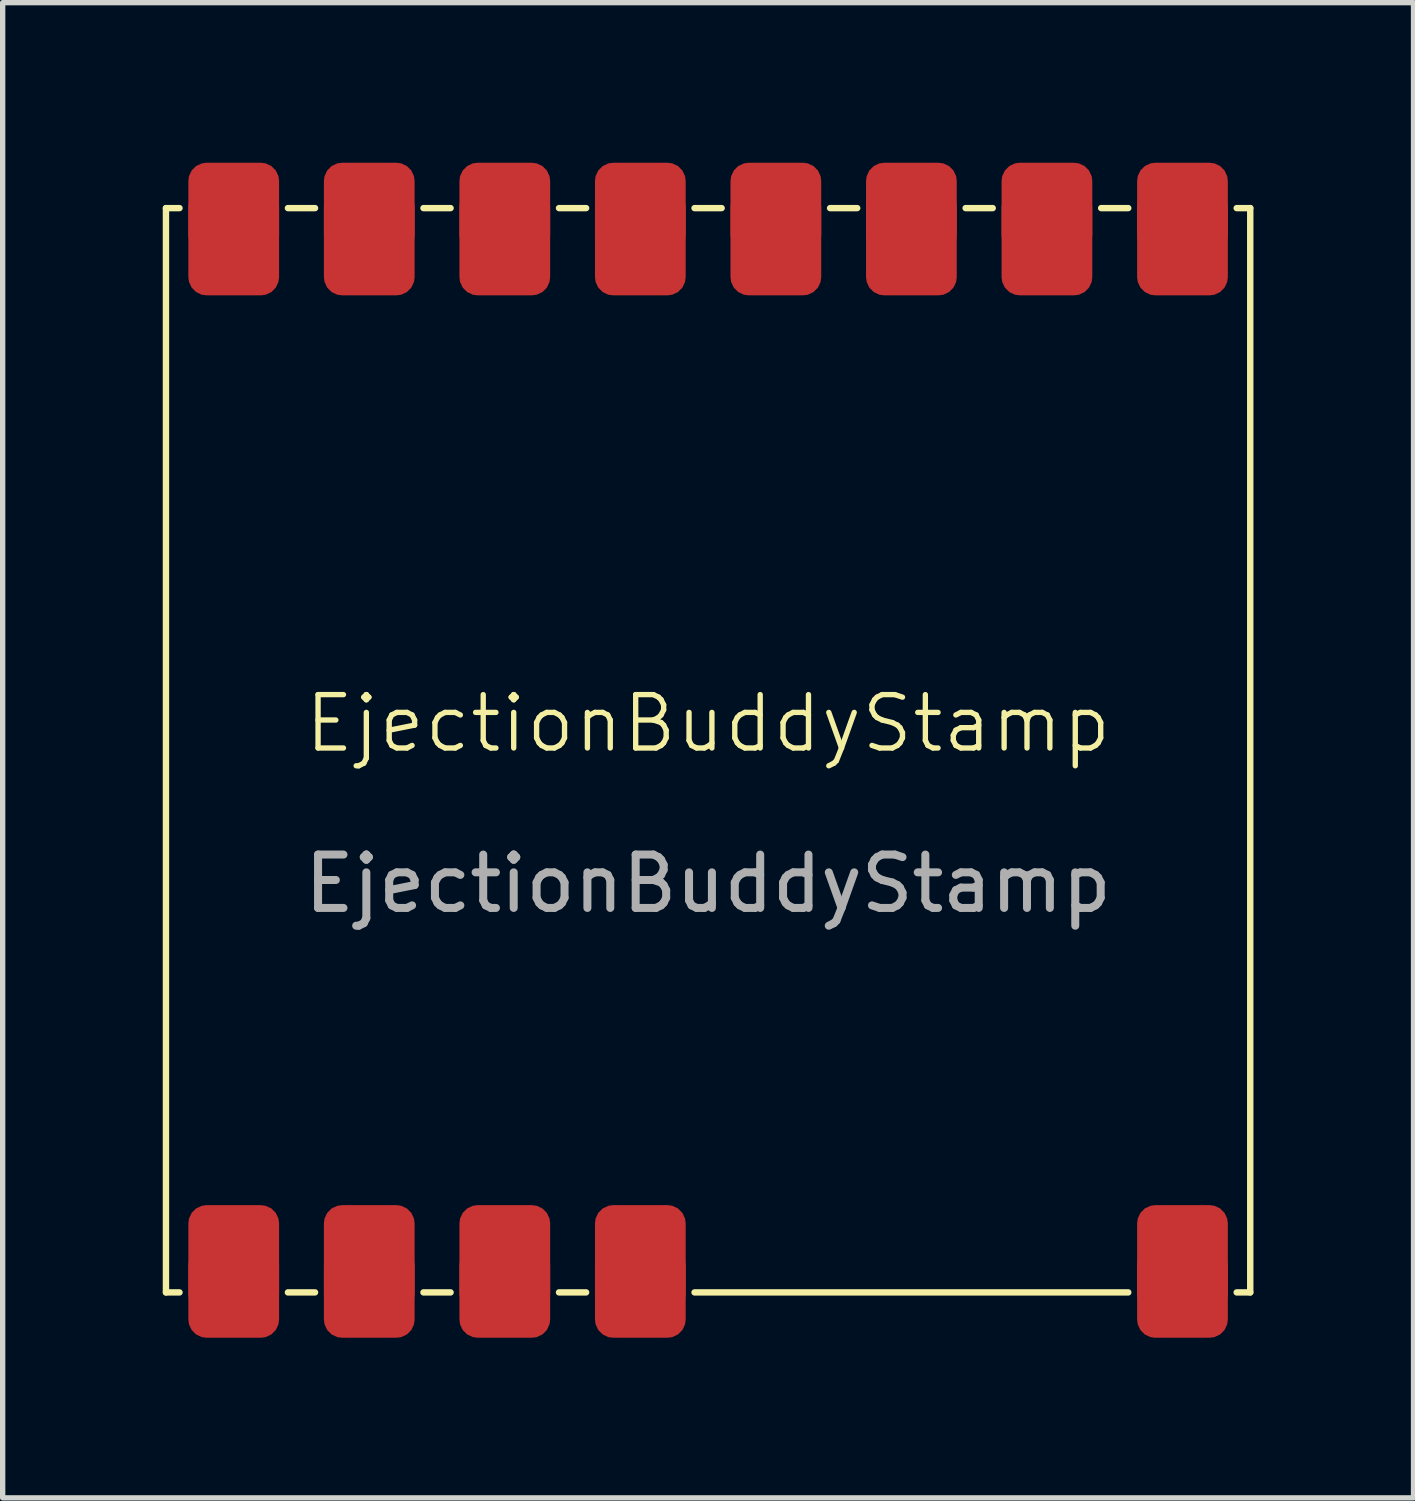
<source format=kicad_pcb>
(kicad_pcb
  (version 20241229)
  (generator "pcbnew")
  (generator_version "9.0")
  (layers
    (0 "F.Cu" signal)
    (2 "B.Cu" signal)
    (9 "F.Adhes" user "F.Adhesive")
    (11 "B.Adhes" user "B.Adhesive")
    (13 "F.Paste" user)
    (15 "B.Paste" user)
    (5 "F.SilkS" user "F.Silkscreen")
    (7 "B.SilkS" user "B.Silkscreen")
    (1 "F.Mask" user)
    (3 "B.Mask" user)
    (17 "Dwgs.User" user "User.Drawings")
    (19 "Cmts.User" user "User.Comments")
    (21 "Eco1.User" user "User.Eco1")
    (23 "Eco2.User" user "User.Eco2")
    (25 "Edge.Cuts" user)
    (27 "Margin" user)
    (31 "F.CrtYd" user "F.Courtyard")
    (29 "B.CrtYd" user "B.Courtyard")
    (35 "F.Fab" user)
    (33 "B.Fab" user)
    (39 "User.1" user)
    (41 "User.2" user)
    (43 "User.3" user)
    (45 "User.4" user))
  (footprint "EjectionBuddyStamp"
    (layer "F.Cu")
    (at 10.22 11.01)
    (property "Reference" "EjectionBuddyStamp" (at 0 -0.5 0) (unlocked yes) (layer "F.SilkS") (effects (font (size 1 1) (thickness 0.1))))
    (attr smd)
    (fp_line (start -10.16 -10.16) (end -10.16 10.16) (stroke (width 0.12) (type solid)) (layer "F.SilkS"))
    (fp_line (start -10.16 -10.16) (end -9.906 -10.16) (stroke (width 0.12) (type solid)) (layer "F.SilkS"))
    (fp_line (start -10.16 10.16) (end -9.906 10.16) (stroke (width 0.12) (type solid)) (layer "F.SilkS"))
    (fp_line (start -7.874 -10.16) (end -7.366 -10.16) (stroke (width 0.12) (type solid)) (layer "F.SilkS"))
    (fp_line (start -7.874 10.16) (end -7.366 10.16) (stroke (width 0.12) (type solid)) (layer "F.SilkS"))
    (fp_line (start -5.334 -10.16) (end -4.826 -10.16) (stroke (width 0.12) (type solid)) (layer "F.SilkS"))
    (fp_line (start -5.334 10.16) (end -4.826 10.16) (stroke (width 0.12) (type solid)) (layer "F.SilkS"))
    (fp_line (start -2.794 -10.16) (end -2.286 -10.16) (stroke (width 0.12) (type solid)) (layer "F.SilkS"))
    (fp_line (start -2.794 10.16) (end -2.286 10.16) (stroke (width 0.12) (type solid)) (layer "F.SilkS"))
    (fp_line (start -0.254 -10.16) (end 0.254 -10.16) (stroke (width 0.12) (type solid)) (layer "F.SilkS"))
    (fp_line (start -0.254 10.16) (end 7.874 10.16) (stroke (width 0.12) (type solid)) (layer "F.SilkS"))
    (fp_line (start 2.286 -10.16) (end 2.794 -10.16) (stroke (width 0.12) (type solid)) (layer "F.SilkS"))
    (fp_line (start 4.826 -10.16) (end 5.334 -10.16) (stroke (width 0.12) (type solid)) (layer "F.SilkS"))
    (fp_line (start 7.366 -10.16) (end 7.874 -10.16) (stroke (width 0.12) (type solid)) (layer "F.SilkS"))
    (fp_line (start 9.906 -10.16) (end 10.16 -10.16) (stroke (width 0.12) (type solid)) (layer "F.SilkS"))
    (fp_line (start 9.906 10.16) (end 10.16 10.16) (stroke (width 0.12) (type solid)) (layer "F.SilkS"))
    (fp_line (start 10.16 -10.16) (end 10.16 10.16) (stroke (width 0.12) (type solid)) (layer "F.SilkS"))
    (fp_text user "${REFERENCE}" (at 0 2.5 0) (unlocked yes) (layer "F.Fab") (effects (font (size 1 1) (thickness 0.15))))
    (pad "1" smd roundrect (at -8.89 -10.16) (size 1.7 1.7) (property pad_prop_heatsink) (layers "F.Cu" "F.Mask") (roundrect_rratio 0.2) (chamfer_ratio 0.5) (chamfer))
    (pad "1" smd roundrect (at -8.89 -9.525) (size 1.7 2) (property pad_prop_heatsink) (layers "F.Cu" "F.Mask") (roundrect_rratio 0.2) (chamfer_ratio 0.5) (chamfer))
    (pad "1" smd roundrect (at -8.89 9.525) (size 1.7 2) (property pad_prop_heatsink) (layers "F.Cu" "F.Mask") (roundrect_rratio 0.2) (chamfer_ratio 0.5) (chamfer))
    (pad "1" smd roundrect (at -8.89 10.16) (size 1.7 1.7) (property pad_prop_heatsink) (layers "F.Cu" "F.Mask") (roundrect_rratio 0.2) (chamfer_ratio 0.5) (chamfer))
    (pad "1" smd roundrect (at 8.89 -10.16) (size 1.7 1.7) (property pad_prop_heatsink) (layers "F.Cu" "F.Mask") (roundrect_rratio 0.2) (chamfer_ratio 0.5) (chamfer))
    (pad "1" smd roundrect (at 8.89 -9.525) (size 1.7 2) (property pad_prop_heatsink) (layers "F.Cu" "F.Mask") (roundrect_rratio 0.2) (chamfer_ratio 0.5) (chamfer))
    (pad "1" smd roundrect (at 8.89 9.525) (size 1.7 2) (property pad_prop_heatsink) (layers "F.Cu" "F.Mask") (roundrect_rratio 0.2) (chamfer_ratio 0.5) (chamfer))
    (pad "1" smd roundrect (at 8.89 10.16) (size 1.7 1.7) (property pad_prop_heatsink) (layers "F.Cu" "F.Mask") (roundrect_rratio 0.2) (chamfer_ratio 0.5) (chamfer))
    (pad "2" smd roundrect (at -6.35 9.525) (size 1.7 2) (property pad_prop_heatsink) (layers "F.Cu" "F.Mask") (roundrect_rratio 0.2) (chamfer_ratio 0.5) (chamfer))
    (pad "2" smd roundrect (at -6.35 10.16) (size 1.7 1.7) (property pad_prop_heatsink) (layers "F.Cu" "F.Mask") (roundrect_rratio 0.2) (chamfer_ratio 0.5) (chamfer))
    (pad "3" smd roundrect (at -3.81 9.525) (size 1.7 2) (property pad_prop_heatsink) (layers "F.Cu" "F.Mask") (roundrect_rratio 0.2) (chamfer_ratio 0.5) (chamfer))
    (pad "3" smd roundrect (at -3.81 10.16) (size 1.7 1.7) (property pad_prop_heatsink) (layers "F.Cu" "F.Mask") (roundrect_rratio 0.2) (chamfer_ratio 0.5) (chamfer))
    (pad "4" smd roundrect (at -1.27 9.525) (size 1.7 2) (property pad_prop_heatsink) (layers "F.Cu" "F.Mask") (roundrect_rratio 0.2) (chamfer_ratio 0.5) (chamfer))
    (pad "4" smd roundrect (at -1.27 10.16) (size 1.7 1.7) (property pad_prop_heatsink) (layers "F.Cu" "F.Mask") (roundrect_rratio 0.2) (chamfer_ratio 0.5) (chamfer))
    (pad "5" smd roundrect (at 6.35 -10.16) (size 1.7 1.7) (property pad_prop_heatsink) (layers "F.Cu" "F.Mask") (roundrect_rratio 0.2) (chamfer_ratio 0.5) (chamfer))
    (pad "5" smd roundrect (at 6.35 -9.525) (size 1.7 2) (property pad_prop_heatsink) (layers "F.Cu" "F.Mask") (roundrect_rratio 0.2) (chamfer_ratio 0.5) (chamfer))
    (pad "6" smd roundrect (at 3.81 -10.16) (size 1.7 1.7) (property pad_prop_heatsink) (layers "F.Cu" "F.Mask") (roundrect_rratio 0.2) (chamfer_ratio 0.5) (chamfer))
    (pad "6" smd roundrect (at 3.81 -9.525) (size 1.7 2) (property pad_prop_heatsink) (layers "F.Cu" "F.Mask") (roundrect_rratio 0.2) (chamfer_ratio 0.5) (chamfer))
    (pad "7" smd roundrect (at 1.27 -10.16) (size 1.7 1.7) (property pad_prop_heatsink) (layers "F.Cu" "F.Mask") (roundrect_rratio 0.2) (chamfer_ratio 0.5) (chamfer))
    (pad "7" smd roundrect (at 1.27 -9.525) (size 1.7 2) (property pad_prop_heatsink) (layers "F.Cu" "F.Mask") (roundrect_rratio 0.2) (chamfer_ratio 0.5) (chamfer))
    (pad "8" smd roundrect (at -1.27 -10.16) (size 1.7 1.7) (property pad_prop_heatsink) (layers "F.Cu" "F.Mask") (roundrect_rratio 0.2) (chamfer_ratio 0.5) (chamfer))
    (pad "8" smd roundrect (at -1.27 -9.525) (size 1.7 2) (property pad_prop_heatsink) (layers "F.Cu" "F.Mask") (roundrect_rratio 0.2) (chamfer_ratio 0.5) (chamfer))
    (pad "9" smd roundrect (at -3.81 -10.16) (size 1.7 1.7) (property pad_prop_heatsink) (layers "F.Cu" "F.Mask") (roundrect_rratio 0.2) (chamfer_ratio 0.5) (chamfer))
    (pad "9" smd roundrect (at -3.81 -9.525) (size 1.7 2) (property pad_prop_heatsink) (layers "F.Cu" "F.Mask") (roundrect_rratio 0.2) (chamfer_ratio 0.5) (chamfer))
    (pad "10" smd roundrect (at -6.35 -10.16) (size 1.7 1.7) (property pad_prop_heatsink) (layers "F.Cu" "F.Mask") (roundrect_rratio 0.2) (chamfer_ratio 0.5) (chamfer))
    (pad "10" smd roundrect (at -6.35 -9.525) (size 1.7 2) (property pad_prop_heatsink) (layers "F.Cu" "F.Mask") (roundrect_rratio 0.2) (chamfer_ratio 0.5) (chamfer)))
  (gr_rect
    (start -3 -3)
    (end 23.44 25.02)
    (stroke (width 0.1) (type default))
    (fill no)
    (layer "Edge.Cuts")))
</source>
